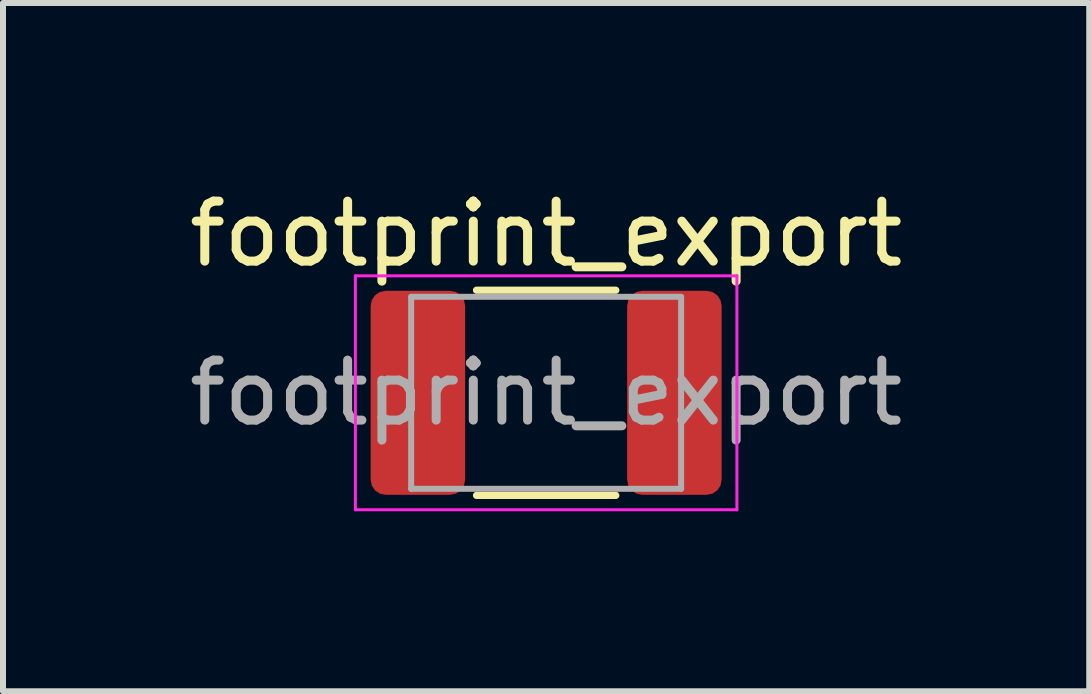
<source format=kicad_pcb>
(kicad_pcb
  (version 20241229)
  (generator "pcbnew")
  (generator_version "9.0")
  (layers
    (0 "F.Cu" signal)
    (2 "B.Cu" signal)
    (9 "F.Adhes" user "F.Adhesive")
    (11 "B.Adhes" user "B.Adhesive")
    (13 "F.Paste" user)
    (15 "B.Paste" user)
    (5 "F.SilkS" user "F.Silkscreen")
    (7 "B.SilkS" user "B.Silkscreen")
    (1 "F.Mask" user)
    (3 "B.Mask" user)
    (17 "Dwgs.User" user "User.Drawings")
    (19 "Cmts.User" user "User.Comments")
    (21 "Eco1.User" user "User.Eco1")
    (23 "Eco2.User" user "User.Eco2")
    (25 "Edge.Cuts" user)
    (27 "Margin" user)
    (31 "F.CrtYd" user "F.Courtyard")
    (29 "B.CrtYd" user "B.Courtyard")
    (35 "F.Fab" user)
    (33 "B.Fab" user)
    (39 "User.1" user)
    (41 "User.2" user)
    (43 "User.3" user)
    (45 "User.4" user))
  (footprint "footprint_export"
    (layer "F.Cu")
    (at 6.054 3.498)
    (property "Reference" "footprint_export" (at 0 -2.65 0) (layer "F.SilkS") (effects (font (size 1 1) (thickness 0.15))))
    (attr smd)
    (fp_line (start -1.161 -1.71) (end 1.161 -1.71) (stroke (width 0.12) (type solid)) (layer "F.SilkS"))
    (fp_line (start -1.161 1.71) (end 1.161 1.71) (stroke (width 0.12) (type solid)) (layer "F.SilkS"))
    (fp_line (start -3.18 -1.95) (end 3.18 -1.95) (stroke (width 0.05) (type solid)) (layer "F.CrtYd"))
    (fp_line (start -3.18 1.95) (end -3.18 -1.95) (stroke (width 0.05) (type solid)) (layer "F.CrtYd"))
    (fp_line (start 3.18 -1.95) (end 3.18 1.95) (stroke (width 0.05) (type solid)) (layer "F.CrtYd"))
    (fp_line (start 3.18 1.95) (end -3.18 1.95) (stroke (width 0.05) (type solid)) (layer "F.CrtYd"))
    (fp_line (start -2.25 -1.6) (end 2.25 -1.6) (stroke (width 0.1) (type solid)) (layer "F.Fab"))
    (fp_line (start -2.25 1.6) (end -2.25 -1.6) (stroke (width 0.1) (type solid)) (layer "F.Fab"))
    (fp_line (start 2.25 -1.6) (end 2.25 1.6) (stroke (width 0.1) (type solid)) (layer "F.Fab"))
    (fp_line (start 2.25 1.6) (end -2.25 1.6) (stroke (width 0.1) (type solid)) (layer "F.Fab"))
    (fp_text user "${REFERENCE}" (at 0 0 0) (layer "F.Fab") (effects (font (size 1 1) (thickness 0.15))))
    (pad "1" smd roundrect (at -2.138 0) (size 1.575 3.4) (layers "F.Cu" "F.Mask" "F.Paste") (roundrect_rratio 0.159))
    (pad "2" smd roundrect (at 2.138 0) (size 1.575 3.4) (layers "F.Cu" "F.Mask" "F.Paste") (roundrect_rratio 0.159)))
  (gr_rect
    (start -3 -3)
    (end 15.107 8.473)
    (stroke (width 0.1) (type default))
    (fill no)
    (layer "Edge.Cuts")))
</source>
